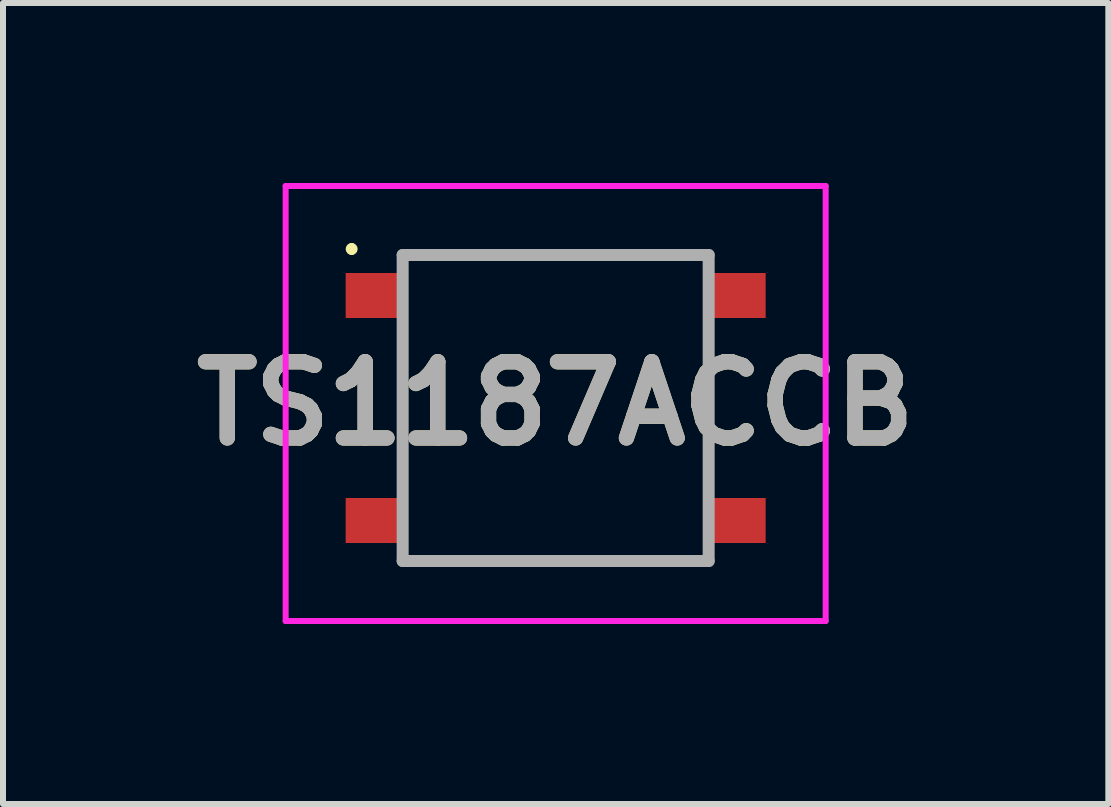
<source format=kicad_pcb>
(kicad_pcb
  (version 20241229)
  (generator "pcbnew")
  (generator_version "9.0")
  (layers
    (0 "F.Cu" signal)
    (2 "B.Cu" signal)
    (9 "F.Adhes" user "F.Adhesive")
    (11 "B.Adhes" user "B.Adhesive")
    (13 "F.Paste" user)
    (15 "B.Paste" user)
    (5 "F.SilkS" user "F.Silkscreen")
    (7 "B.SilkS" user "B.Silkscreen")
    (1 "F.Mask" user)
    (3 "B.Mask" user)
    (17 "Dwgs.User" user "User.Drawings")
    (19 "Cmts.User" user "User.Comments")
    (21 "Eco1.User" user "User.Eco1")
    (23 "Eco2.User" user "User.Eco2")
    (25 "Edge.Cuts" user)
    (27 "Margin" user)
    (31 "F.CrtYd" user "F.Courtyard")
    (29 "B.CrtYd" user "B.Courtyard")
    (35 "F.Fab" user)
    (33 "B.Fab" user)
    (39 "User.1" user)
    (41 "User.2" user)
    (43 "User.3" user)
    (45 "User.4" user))
  (footprint "TS1187ACCB"
    (layer "F.Cu")
    (at 6.211 3.75)
    (property "Reference" "TS1187ACCB" (at 0 -0.075 0) (layer "F.SilkS") (effects (font (size 1.27 1.27) (thickness 0.254))))
    (attr smd)
    (fp_line (start -3.4 -2.7) (end -3.4 -2.7) (stroke (width 0.1) (type solid)) (layer "F.SilkS"))
    (fp_line (start -3.4 -2.6) (end -3.4 -2.6) (stroke (width 0.1) (type solid)) (layer "F.SilkS"))
    (fp_line (start -2.55 1.2) (end -2.55 -1) (stroke (width 0.1) (type solid)) (layer "F.SilkS"))
    (fp_line (start -2.4 2.55) (end 2.2 2.55) (stroke (width 0.1) (type solid)) (layer "F.SilkS"))
    (fp_line (start -2.2 -2.55) (end 2 -2.55) (stroke (width 0.1) (type solid)) (layer "F.SilkS"))
    (fp_line (start 2.55 -1.2) (end 2.55 1) (stroke (width 0.1) (type solid)) (layer "F.SilkS"))
    (fp_arc (start -3.4 -2.7) (mid -3.35 -2.65) (end -3.4 -2.6) (stroke (width 0.1) (type solid)) (layer "F.SilkS"))
    (fp_arc (start -3.4 -2.6) (mid -3.45 -2.65) (end -3.4 -2.7) (stroke (width 0.1) (type solid)) (layer "F.SilkS"))
    (fp_line (start -4.5 -3.7) (end 4.5 -3.7) (stroke (width 0.1) (type solid)) (layer "F.CrtYd"))
    (fp_line (start -4.5 3.55) (end -4.5 -3.7) (stroke (width 0.1) (type solid)) (layer "F.CrtYd"))
    (fp_line (start 4.5 -3.7) (end 4.5 3.55) (stroke (width 0.1) (type solid)) (layer "F.CrtYd"))
    (fp_line (start 4.5 3.55) (end -4.5 3.55) (stroke (width 0.1) (type solid)) (layer "F.CrtYd"))
    (fp_line (start -2.55 -2.55) (end 2.55 -2.55) (stroke (width 0.2) (type solid)) (layer "F.Fab"))
    (fp_line (start -2.55 2.55) (end -2.55 -2.55) (stroke (width 0.2) (type solid)) (layer "F.Fab"))
    (fp_line (start 2.55 -2.55) (end 2.55 2.55) (stroke (width 0.2) (type solid)) (layer "F.Fab"))
    (fp_line (start 2.55 2.55) (end -2.55 2.55) (stroke (width 0.2) (type solid)) (layer "F.Fab"))
    (fp_text user "${REFERENCE}" (at 0 -0.075 0) (layer "F.Fab") (effects (font (size 1.27 1.27) (thickness 0.254))))
    (pad "A1" smd rect (at -3 -1.875 90) (size 0.75 1) (layers "F.Cu" "F.Mask" "F.Paste"))
    (pad "B1" smd rect (at 3 -1.875 90) (size 0.75 1) (layers "F.Cu" "F.Mask" "F.Paste"))
    (pad "C1" smd rect (at -3 1.875 90) (size 0.75 1) (layers "F.Cu" "F.Mask" "F.Paste"))
    (pad "D1" smd rect (at 3 1.875 90) (size 0.75 1) (layers "F.Cu" "F.Mask" "F.Paste")))
  (gr_rect
    (start -3 -3)
    (end 15.422 10.35)
    (stroke (width 0.1) (type default))
    (fill no)
    (layer "Edge.Cuts")))
</source>
